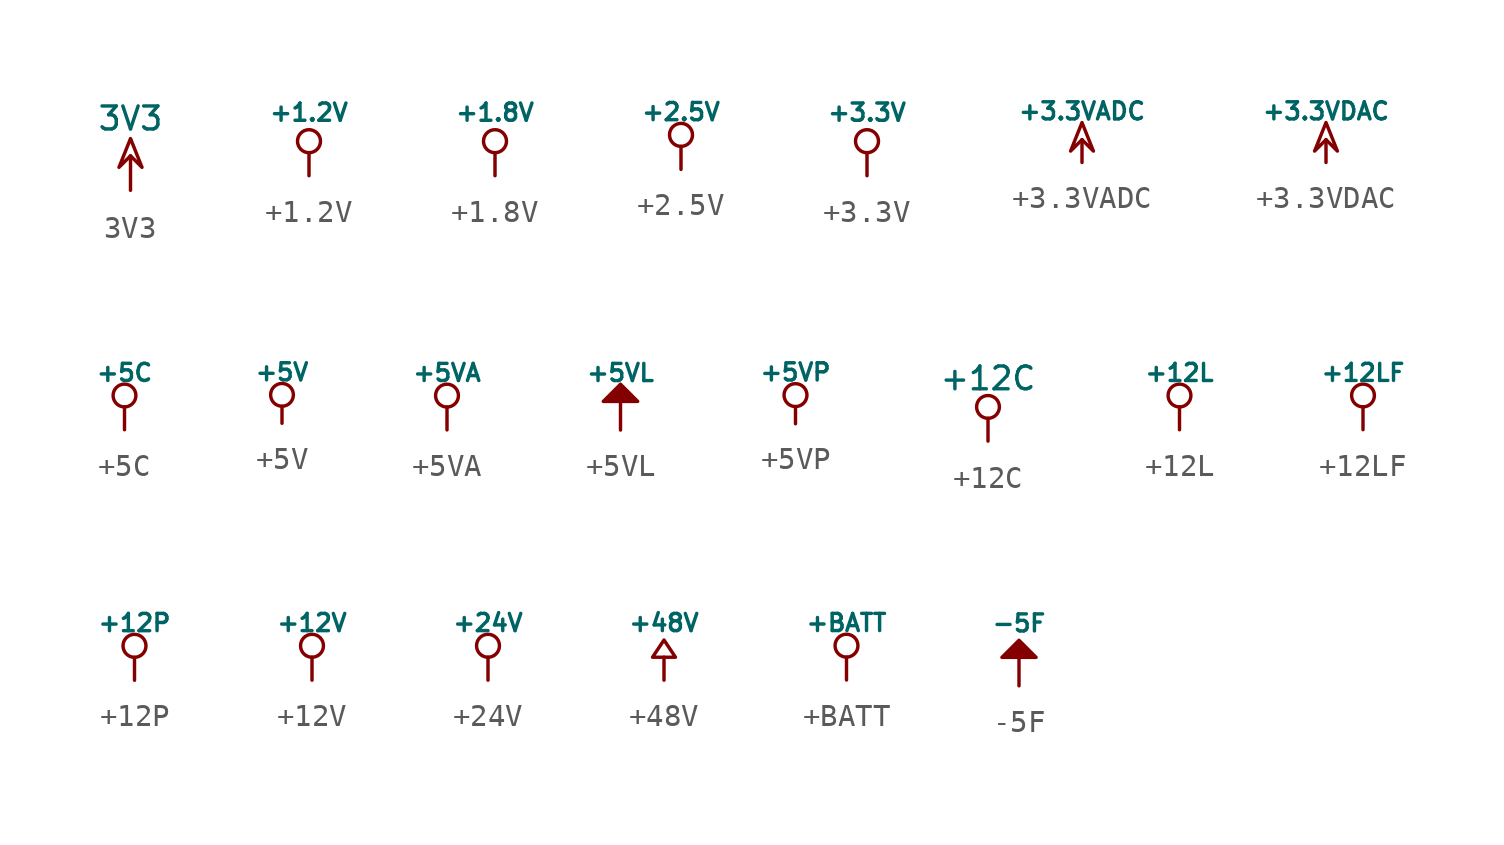
<source format=kicad_sym>
(kicad_symbol_lib
  (version 20211014)
  (generator kicad_symbol_editor)
  (symbol "3V3"
    (power)
    (pin_names
      (offset 0))
    (property "Reference" "#PWR"
      (at 0 2.54 0)
      (effects (font (size 1.016 1.016)) hide))
    (property "Value" "3V3"
      (at 0 3.175 0)
      (effects (font (size 1.016 1.016))))
    (symbol "3V3_0_0"
      (pin power_in line (at 0 0 90) (length 0) hide (name "3V3" (effects (font (size 0.762 0.762)))) (number "1" (effects (font (size 0.762 0.762))))))
    (symbol "3V3_0_1"
      (polyline (pts (xy 0 1.524) (xy 0 0)) (stroke (width 0) (type default) (color 0 0 0 0)) (fill (type none)))
      (polyline (pts (xy 0 1.524) (xy 0.508 1.016) (xy 0 2.286) (xy -0.508 1.016) (xy 0 1.524) (xy 0 1.524)) (stroke (width 0) (type default) (color 0 0 0 0)) (fill (type none)))))
  (symbol "+1.2V"
    (power)
    (pin_names
      (offset 0))
    (property "Reference" "#PWR"
      (at 0 3.556 0)
      (effects (font (size 0.508 0.508)) hide))
    (property "Value" "+1.2V"
      (at 0 2.794 0)
      (effects (font (size 0.762 0.762))))
    (symbol "+1.2V_0_0"
      (polyline (pts (xy 0 0) (xy 0 1.016) (xy 0 1.016)) (stroke (width 0) (type default) (color 0 0 0 0)) (fill (type none)))
      (pin power_in line (at 0 0 90) (length 0) hide (name "+1.2V" (effects (font (size 0.508 0.508)))) (number "1" (effects (font (size 0.508 0.508))))))
    (symbol "+1.2V_0_1"
      (circle (center 0 1.524) (radius 0.508) (stroke (width 0) (type default) (color 0 0 0 0)) (fill (type none)))))
  (symbol "+1.8V"
    (power)
    (pin_names
      (offset 0))
    (property "Reference" "#PWR"
      (at 0 3.556 0)
      (effects (font (size 0.508 0.508)) hide))
    (property "Value" "+1.8V"
      (at 0 2.794 0)
      (effects (font (size 0.762 0.762))))
    (symbol "+1.8V_0_0"
      (polyline (pts (xy 0 0) (xy 0 1.016) (xy 0 1.016)) (stroke (width 0) (type default) (color 0 0 0 0)) (fill (type none)))
      (pin power_in line (at 0 0 90) (length 0) hide (name "+1.8V" (effects (font (size 0.508 0.508)))) (number "1" (effects (font (size 0.508 0.508))))))
    (symbol "+1.8V_0_1"
      (circle (center 0 1.524) (radius 0.508) (stroke (width 0) (type default) (color 0 0 0 0)) (fill (type none)))))
  (symbol "+2.5V"
    (power)
    (pin_names
      (offset 0))
    (property "Reference" "#PWR"
      (at 0 -1.27 0)
      (effects (font (size 0.508 0.508)) hide))
    (property "Value" "+2.5V"
      (at 0 2.54 0)
      (effects (font (size 0.762 0.762))))
    (symbol "+2.5V_0_0"
      (pin power_in line (at 0 0 90) (length 0) hide (name "+2.5V" (effects (font (size 0.762 0.762)))) (number "1" (effects (font (size 0.508 0.508))))))
    (symbol "+2.5V_0_1"
      (polyline (pts (xy 0 0) (xy 0 1.016) (xy 0 1.016)) (stroke (width 0) (type default) (color 0 0 0 0)) (fill (type none)))
      (circle (center 0 1.524) (radius 0.508) (stroke (width 0) (type default) (color 0 0 0 0)) (fill (type none)))))
  (symbol "+3.3V"
    (power)
    (pin_names
      (offset 0))
    (property "Reference" "#PWR"
      (at 0 -1.016 0)
      (effects (font (size 0.762 0.762)) hide))
    (property "Value" "+3.3V"
      (at 0 2.794 0)
      (effects (font (size 0.762 0.762))))
    (symbol "+3.3V_0_0"
      (pin power_in line (at 0 0 90) (length 0) hide (name "+3.3V" (effects (font (size 0.762 0.762)))) (number "1" (effects (font (size 0.762 0.762))))))
    (symbol "+3.3V_0_1"
      (polyline (pts (xy 0 0) (xy 0 1.016) (xy 0 1.016)) (stroke (width 0) (type default) (color 0 0 0 0)) (fill (type none)))
      (circle (center 0 1.524) (radius 0.508) (stroke (width 0) (type default) (color 0 0 0 0)) (fill (type none)))))
  (symbol "+3.3VADC"
    (power)
    (pin_names
      (offset 0))
    (property "Reference" "#PWR"
      (at 0 3.048 0)
      (effects (font (size 0.508 0.508)) hide))
    (property "Value" "+3.3VADC"
      (at 0 2.286 0)
      (effects (font (size 0.762 0.762))))
    (symbol "+3.3VADC_0_0"
      (pin power_in line (at 0 0 90) (length 0) hide (name "+3.3VADC" (effects (font (size 0.508 0.508)))) (number "1" (effects (font (size 0.508 0.508))))))
    (symbol "+3.3VADC_0_1"
      (polyline (pts (xy 0 0) (xy 0 1.016) (xy 0 1.016)) (stroke (width 0) (type default) (color 0 0 0 0)) (fill (type none)))
      (polyline (pts (xy 0 1.016) (xy 0.508 0.508) (xy 0 1.778) (xy -0.508 0.508) (xy 0 1.016) (xy 0 1.016)) (stroke (width 0) (type default) (color 0 0 0 0)) (fill (type none)))))
  (symbol "+3.3VDAC"
    (power)
    (pin_names
      (offset 0))
    (property "Reference" "#PWR"
      (at 0 3.048 0)
      (effects (font (size 0.508 0.508)) hide))
    (property "Value" "+3.3VDAC"
      (at 0 2.286 0)
      (effects (font (size 0.762 0.762))))
    (symbol "+3.3VDAC_0_0"
      (pin power_in line (at 0 0 90) (length 0) hide (name "+3.3VDAC" (effects (font (size 0.508 0.508)))) (number "1" (effects (font (size 0.508 0.508))))))
    (symbol "+3.3VDAC_0_1"
      (polyline (pts (xy 0 0) (xy 0 1.016) (xy 0 1.016)) (stroke (width 0) (type default) (color 0 0 0 0)) (fill (type none)))
      (polyline (pts (xy 0 1.016) (xy 0.508 0.508) (xy 0 1.778) (xy -0.508 0.508) (xy 0 1.016) (xy 0 1.016)) (stroke (width 0) (type default) (color 0 0 0 0)) (fill (type none)))))
  (symbol "+5C"
    (power)
    (pin_names
      (offset 0))
    (property "Reference" "#PWR"
      (at 0 -1.27 0)
      (effects (font (size 0.508 0.508)) hide))
    (property "Value" "+5C"
      (at 0 2.54 0)
      (effects (font (size 0.762 0.762))))
    (symbol "+5C_0_0"
      (pin power_in line (at 0 0 90) (length 0) hide (name "+5C" (effects (font (size 0.762 0.762)))) (number "1" (effects (font (size 0.508 0.508))))))
    (symbol "+5C_0_1"
      (polyline (pts (xy 0 0) (xy 0 1.016) (xy 0 1.016)) (stroke (width 0) (type default) (color 0 0 0 0)) (fill (type none)))
      (circle (center 0 1.524) (radius 0.508) (stroke (width 0) (type default) (color 0 0 0 0)) (fill (type none)))))
  (symbol "+5V"
    (power)
    (pin_names
      (offset 1.016))
    (property "Reference" "#PWR"
      (at 0 2.286 0)
      (effects (font (size 0.508 0.508)) hide))
    (property "Value" "+5V"
      (at 0 2.286 0)
      (effects (font (size 0.762 0.762))))
    (symbol "+5V_0_0"
      (pin power_in line (at 0 0 90) (length 0) hide (name "+5V" (effects (font (size 0.508 0.508)))) (number "1" (effects (font (size 0.508 0.508))))))
    (symbol "+5V_0_1"
      (polyline (pts (xy 0 0) (xy 0 0.762) (xy 0 0.762) (xy 0 0.762)) (stroke (width 0) (type default) (color 0 0 0 0)) (fill (type none)))
      (circle (center 0 1.27) (radius 0.508) (stroke (width 0) (type default) (color 0 0 0 0)) (fill (type none)))))
  (symbol "+5VA"
    (power)
    (pin_numbers hide)
    (pin_names
      (offset 0))
    (property "Reference" "#PWR"
      (at 0 3.302 0)
      (effects (font (size 0.508 0.508)) hide))
    (property "Value" "+5VA"
      (at 0 2.54 0)
      (effects (font (size 0.762 0.762))))
    (symbol "+5VA_0_0"
      (pin power_in line (at 0 0 90) (length 0) hide (name "+5VA" (effects (font (size 0.508 0.508)))) (number "1" (effects (font (size 0.508 0.508))))))
    (symbol "+5VA_0_1"
      (polyline (pts (xy 0 0) (xy 0 1.016) (xy 0 1.016)) (stroke (width 0) (type default) (color 0 0 0 0)) (fill (type none)))
      (circle (center 0 1.524) (radius 0.508) (stroke (width 0) (type default) (color 0 0 0 0)) (fill (type none)))))
  (symbol "+5VL"
    (pin_names
      (offset 0))
    (property "Reference" "#PWR"
      (at 0 3.302 0)
      (effects (font (size 0.508 0.508)) hide))
    (property "Value" "+5VL"
      (at 0 2.54 0)
      (effects (font (size 0.762 0.762))))
    (symbol "+5VL_0_0"
      (pin power_in line (at 0 0 90) (length 0) hide (name "+5VL" (effects (font (size 0.508 0.508)))) (number "1" (effects (font (size 0.508 0.508))))))
    (symbol "+5VL_0_1"
      (polyline (pts (xy 0 0) (xy 0 1.27) (xy 0 1.27)) (stroke (width 0) (type default) (color 0 0 0 0)) (fill (type none)))
      (polyline (pts (xy 0 2.032) (xy 0.762 1.27) (xy -0.508 1.27) (xy -0.762 1.27) (xy 0 2.032) (xy 0 2.032) (xy 0 2.032)) (stroke (width 0) (type default) (color 0 0 0 0)) (fill (type outline)))))
  (symbol "+5VP"
    (power)
    (pin_names
      (offset 1.016))
    (property "Reference" "#PWR"
      (at 0 2.286 0)
      (effects (font (size 0.508 0.508)) hide))
    (property "Value" "+5VP"
      (at 0 2.286 0)
      (effects (font (size 0.762 0.762))))
    (symbol "+5VP_0_0"
      (pin power_in line (at 0 0 90) (length 0) hide (name "+5VP" (effects (font (size 0.508 0.508)))) (number "1" (effects (font (size 0.508 0.508))))))
    (symbol "+5VP_0_1"
      (polyline (pts (xy 0 0) (xy 0 0.762) (xy 0 0.762) (xy 0 0.762)) (stroke (width 0) (type default) (color 0 0 0 0)) (fill (type none)))
      (circle (center 0 1.27) (radius 0.508) (stroke (width 0) (type default) (color 0 0 0 0)) (fill (type none)))))
  (symbol "+12C"
    (power)
    (pin_numbers hide)
    (pin_names
      (offset 0))
    (property "Reference" "#PWR"
      (at 0 -0.762 0)
      (effects (font (size 0.762 0.762)) hide))
    (property "Value" "+12C"
      (at 0 2.794 0)
      (effects (font (size 1.016 1.016))))
    (symbol "+12C_0_0"
      (pin power_in line (at 0 0 90) (length 0) hide (name "+12C" (effects (font (size 0.762 0.762)))) (number "1" (effects (font (size 0.762 0.762))))))
    (symbol "+12C_0_1"
      (polyline (pts (xy 0 0) (xy 0 1.016) (xy 0 1.016) (xy 0 1.016)) (stroke (width 0) (type default) (color 0 0 0 0)) (fill (type none)))
      (circle (center 0 1.524) (radius 0.508) (stroke (width 0) (type default) (color 0 0 0 0)) (fill (type none)))))
  (symbol "+12L"
    (power)
    (pin_numbers hide)
    (pin_names
      (offset 0))
    (property "Reference" "#PWR"
      (at 0 -1.27 0)
      (effects (font (size 0.508 0.508)) hide))
    (property "Value" "+12L"
      (at 0 2.54 0)
      (effects (font (size 0.762 0.762))))
    (symbol "+12L_0_0"
      (pin power_in line (at 0 0 90) (length 0) hide (name "+12L" (effects (font (size 0.762 0.762)))) (number "1" (effects (font (size 0.508 0.508))))))
    (symbol "+12L_0_1"
      (polyline (pts (xy 0 0) (xy 0 1.016) (xy 0 1.016)) (stroke (width 0) (type default) (color 0 0 0 0)) (fill (type none)))
      (circle (center 0 1.524) (radius 0.508) (stroke (width 0) (type default) (color 0 0 0 0)) (fill (type none)))))
  (symbol "+12LF"
    (power)
    (pin_numbers hide)
    (pin_names
      (offset 0))
    (property "Reference" "#PWR"
      (at 0 -1.27 0)
      (effects (font (size 0.508 0.508)) hide))
    (property "Value" "+12LF"
      (at 0 2.54 0)
      (effects (font (size 0.762 0.762))))
    (symbol "+12LF_0_0"
      (pin power_in line (at 0 0 90) (length 0) hide (name "+12LF" (effects (font (size 0.762 0.762)))) (number "1" (effects (font (size 0.508 0.508))))))
    (symbol "+12LF_0_1"
      (polyline (pts (xy 0 0) (xy 0 1.016) (xy 0 1.016)) (stroke (width 0) (type default) (color 0 0 0 0)) (fill (type none)))
      (circle (center 0 1.524) (radius 0.508) (stroke (width 0) (type default) (color 0 0 0 0)) (fill (type none)))))
  (symbol "+12P"
    (power)
    (pin_numbers hide)
    (pin_names
      (offset 0))
    (property "Reference" "#PWR"
      (at 0 -0.762 0)
      (effects (font (size 0.762 0.762)) hide))
    (property "Value" "+12P"
      (at 0 2.54 0)
      (effects (font (size 0.762 0.762))))
    (symbol "+12P_0_0"
      (pin power_in line (at 0 0 90) (length 0) hide (name "+12P" (effects (font (size 0.762 0.762)))) (number "1" (effects (font (size 0.762 0.762))))))
    (symbol "+12P_0_1"
      (polyline (pts (xy 0 0) (xy 0 1.016) (xy 0 1.016)) (stroke (width 0) (type default) (color 0 0 0 0)) (fill (type none)))
      (circle (center 0 1.524) (radius 0.508) (stroke (width 0) (type default) (color 0 0 0 0)) (fill (type none)))))
  (symbol "+12V"
    (power)
    (pin_numbers hide)
    (pin_names
      (offset 0))
    (property "Reference" "#PWR"
      (at 0 -1.27 0)
      (effects (font (size 0.508 0.508)) hide))
    (property "Value" "+12V"
      (at 0 2.54 0)
      (effects (font (size 0.762 0.762))))
    (symbol "+12V_0_0"
      (pin power_in line (at 0 0 90) (length 0) hide (name "+12V" (effects (font (size 0.762 0.762)))) (number "1" (effects (font (size 0.508 0.508))))))
    (symbol "+12V_0_1"
      (polyline (pts (xy 0 0) (xy 0 1.016) (xy 0 1.016)) (stroke (width 0) (type default) (color 0 0 0 0)) (fill (type none)))
      (circle (center 0 1.524) (radius 0.508) (stroke (width 0) (type default) (color 0 0 0 0)) (fill (type none)))))
  (symbol "+24V"
    (power)
    (pin_numbers hide)
    (pin_names
      (offset 0))
    (property "Reference" "#PWR"
      (at 0 -1.27 0)
      (effects (font (size 0.508 0.508)) hide))
    (property "Value" "+24V"
      (at 0 2.54 0)
      (effects (font (size 0.762 0.762))))
    (symbol "+24V_0_0"
      (pin power_in line (at 0 0 90) (length 0) hide (name "+24V" (effects (font (size 0.762 0.762)))) (number "1" (effects (font (size 0.508 0.508))))))
    (symbol "+24V_0_1"
      (polyline (pts (xy 0 0) (xy 0 1.016) (xy 0 1.016)) (stroke (width 0) (type default) (color 0 0 0 0)) (fill (type none)))
      (circle (center 0 1.524) (radius 0.508) (stroke (width 0) (type default) (color 0 0 0 0)) (fill (type none)))))
  (symbol "+48V"
    (power)
    (pin_numbers hide)
    (pin_names
      (offset 0))
    (property "Reference" "#PWR"
      (at 0 3.302 0)
      (effects (font (size 0.508 0.508)) hide))
    (property "Value" "+48V"
      (at 0 2.54 0)
      (effects (font (size 0.762 0.762))))
    (symbol "+48V_0_0"
      (pin power_in line (at 0 0 90) (length 0) hide (name "+48V" (effects (font (size 0.508 0.508)))) (number "1" (effects (font (size 0.508 0.508))))))
    (symbol "+48V_0_1"
      (polyline (pts (xy 0 0) (xy 0 1.016) (xy 0 1.016)) (stroke (width 0) (type default) (color 0 0 0 0)) (fill (type none)))
      (polyline (pts (xy -0.508 1.016) (xy 0 1.778) (xy 0.508 1.016) (xy -0.508 1.016) (xy -0.508 1.016)) (stroke (width 0) (type default) (color 0 0 0 0)) (fill (type none)))))
  (symbol "+BATT"
    (power)
    (pin_names
      (offset 0))
    (property "Reference" "#PWR"
      (at 0 -1.27 0)
      (effects (font (size 0.508 0.508)) hide))
    (property "Value" "+BATT"
      (at 0 2.54 0)
      (effects (font (size 0.762 0.762))))
    (symbol "+BATT_0_0"
      (pin power_in line (at 0 0 90) (length 0) hide (name "+BATT" (effects (font (size 0.508 0.508)))) (number "1" (effects (font (size 0.508 0.508))))))
    (symbol "+BATT_0_1"
      (polyline (pts (xy 0 0) (xy 0 1.016) (xy 0 1.016)) (stroke (width 0) (type default) (color 0 0 0 0)) (fill (type none)))
      (circle (center 0 1.524) (radius 0.508) (stroke (width 0) (type default) (color 0 0 0 0)) (fill (type none)))))
  (symbol "-5F"
    (pin_names
      (offset 0))
    (property "Reference" "PWR"
      (at 0 3.556 0)
      (effects (font (size 0.508 0.508)) hide))
    (property "Value" "-5F"
      (at 0 2.794 0)
      (effects (font (size 0.762 0.762))))
    (symbol "-5F_0_0"
      (pin power_in line (at 0 0 90) (length 0) hide (name "-5F" (effects (font (size 0.508 0.508)))) (number "1" (effects (font (size 0.508 0.508))))))
    (symbol "-5F_0_1"
      (polyline (pts (xy 0 0) (xy 0 1.27) (xy 0 1.27)) (stroke (width 0) (type default) (color 0 0 0 0)) (fill (type none)))
      (polyline (pts (xy 0 2.032) (xy 0.762 1.27) (xy -0.508 1.27) (xy -0.762 1.27) (xy 0 2.032) (xy 0 2.032) (xy 0 2.032)) (stroke (width 0) (type default) (color 0 0 0 0)) (fill (type outline))))))
</source>
